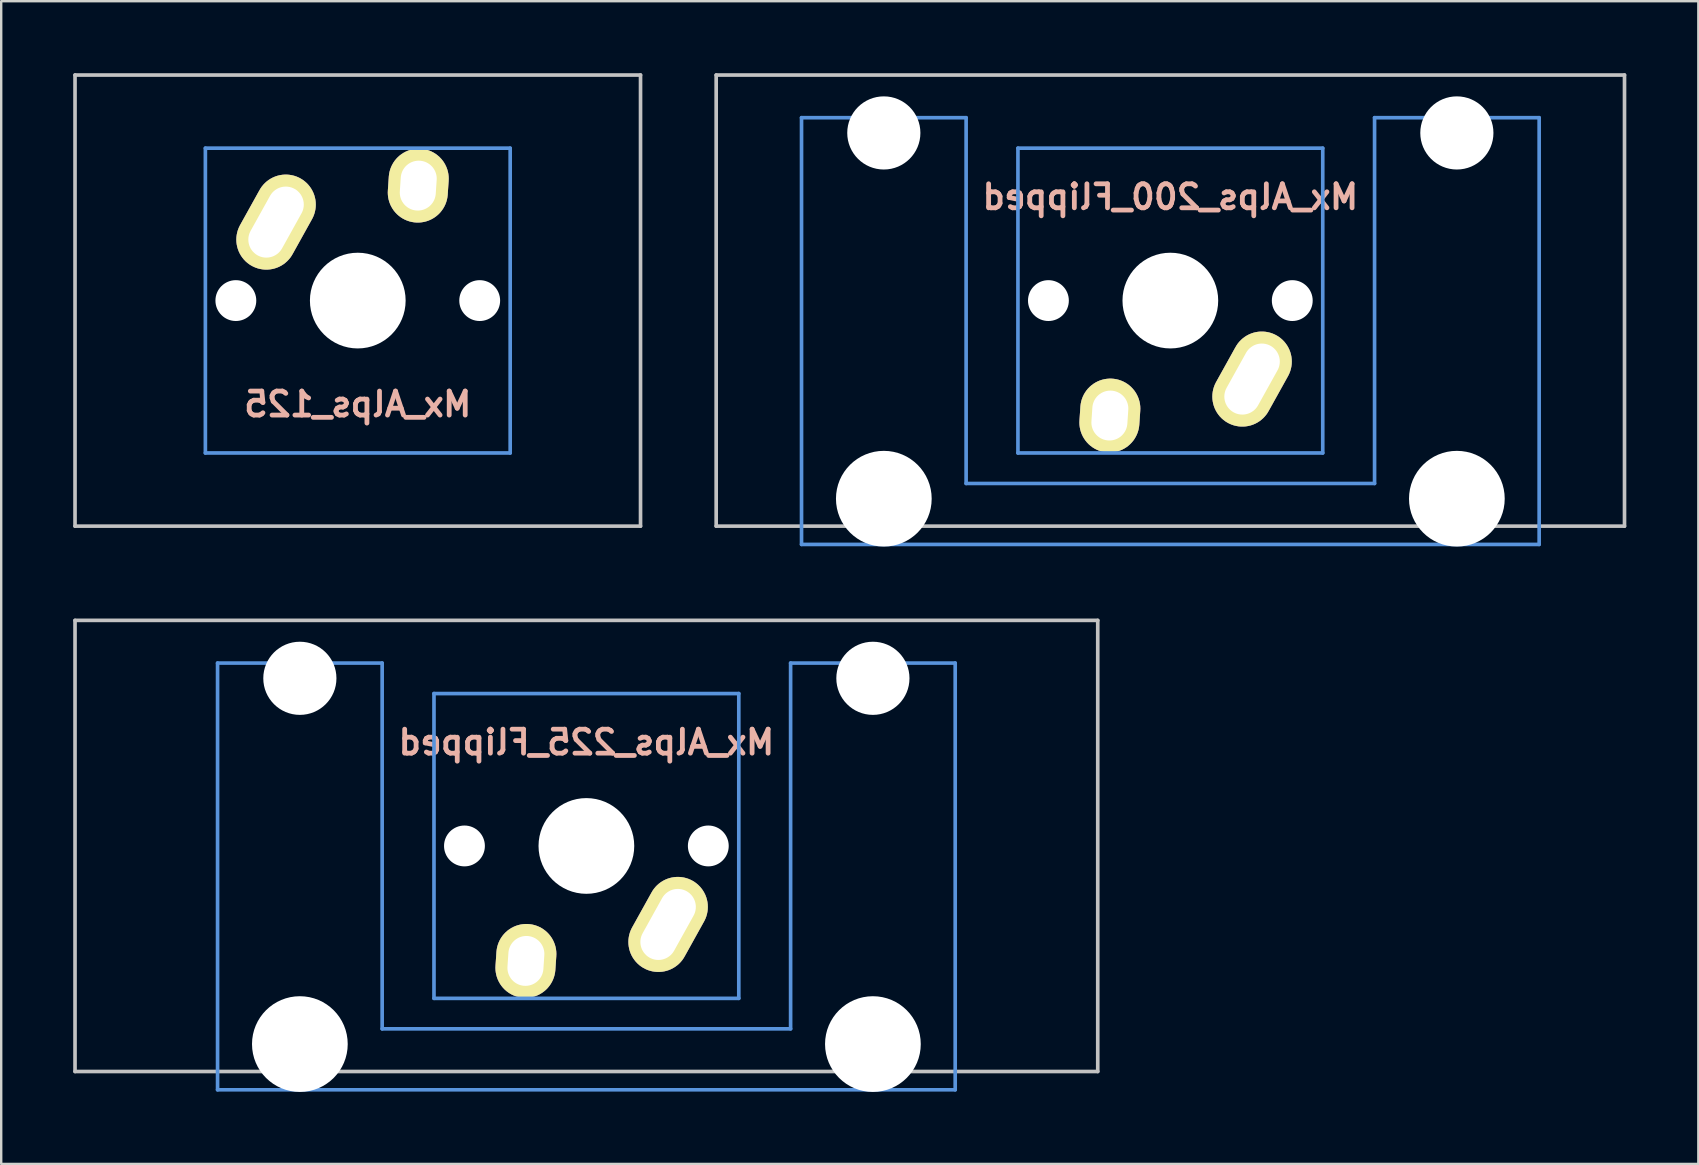
<source format=kicad_pcb>
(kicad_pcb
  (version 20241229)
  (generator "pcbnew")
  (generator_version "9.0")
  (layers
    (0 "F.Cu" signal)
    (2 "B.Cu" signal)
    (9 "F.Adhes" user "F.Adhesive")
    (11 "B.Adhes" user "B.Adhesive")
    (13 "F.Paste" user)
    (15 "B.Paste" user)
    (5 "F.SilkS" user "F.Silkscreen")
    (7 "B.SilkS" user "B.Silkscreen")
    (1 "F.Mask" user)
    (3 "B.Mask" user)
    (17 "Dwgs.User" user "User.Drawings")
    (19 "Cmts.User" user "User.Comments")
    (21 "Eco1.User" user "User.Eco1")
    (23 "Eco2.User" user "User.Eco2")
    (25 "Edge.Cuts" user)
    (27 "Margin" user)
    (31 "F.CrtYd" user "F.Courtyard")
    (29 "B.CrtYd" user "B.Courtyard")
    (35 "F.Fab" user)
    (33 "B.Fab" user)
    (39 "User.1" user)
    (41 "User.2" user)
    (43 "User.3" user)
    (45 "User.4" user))
  (footprint "Mx_Alps_225_Flipped"
    (layer "F.Cu")
    (at 21.382 32.197)
    (property "Reference" "Mx_Alps_225_Flipped" (at 0 -4.318 0) (layer "B.SilkS") (effects (font (size 1 1) (thickness 0.2)) (justify mirror)))
    (attr through_hole)
    (fp_line (start -21.306 -9.398) (end 21.306 -9.398) (stroke (width 0.152) (type solid)) (layer "Dwgs.User"))
    (fp_line (start -21.306 9.398) (end -21.306 -9.398) (stroke (width 0.152) (type solid)) (layer "Dwgs.User"))
    (fp_line (start 21.306 -9.398) (end 21.306 9.398) (stroke (width 0.152) (type solid)) (layer "Dwgs.User"))
    (fp_line (start 21.306 9.398) (end -21.306 9.398) (stroke (width 0.152) (type solid)) (layer "Dwgs.User"))
    (fp_line (start -15.367 -7.62) (end -15.367 10.16) (stroke (width 0.152) (type solid)) (layer "Cmts.User"))
    (fp_line (start -15.367 10.16) (end 15.367 10.16) (stroke (width 0.152) (type solid)) (layer "Cmts.User"))
    (fp_line (start -8.509 -7.62) (end -15.367 -7.62) (stroke (width 0.152) (type solid)) (layer "Cmts.User"))
    (fp_line (start -8.509 7.62) (end -8.509 -7.62) (stroke (width 0.152) (type solid)) (layer "Cmts.User"))
    (fp_line (start -6.35 -6.35) (end 6.35 -6.35) (stroke (width 0.152) (type solid)) (layer "Cmts.User"))
    (fp_line (start -6.35 6.35) (end -6.35 -6.35) (stroke (width 0.152) (type solid)) (layer "Cmts.User"))
    (fp_line (start 6.35 -6.35) (end 6.35 6.35) (stroke (width 0.152) (type solid)) (layer "Cmts.User"))
    (fp_line (start 6.35 6.35) (end -6.35 6.35) (stroke (width 0.152) (type solid)) (layer "Cmts.User"))
    (fp_line (start 8.509 -7.62) (end 8.509 7.62) (stroke (width 0.152) (type solid)) (layer "Cmts.User"))
    (fp_line (start 8.509 7.62) (end -8.509 7.62) (stroke (width 0.152) (type solid)) (layer "Cmts.User"))
    (fp_line (start 15.367 -7.62) (end 8.509 -7.62) (stroke (width 0.152) (type solid)) (layer "Cmts.User"))
    (fp_line (start 15.367 10.16) (end 15.367 -7.62) (stroke (width 0.152) (type solid)) (layer "Cmts.User"))
    (fp_line (start -16.129 -2.286) (end -15.265 -2.286) (stroke (width 0.152) (type solid)) (layer "Eco2.User"))
    (fp_line (start -16.129 0.508) (end -16.129 -2.286) (stroke (width 0.152) (type solid)) (layer "Eco2.User"))
    (fp_line (start -15.265 -5.69) (end -8.611 -5.69) (stroke (width 0.152) (type solid)) (layer "Eco2.User"))
    (fp_line (start -15.265 -2.286) (end -15.265 -5.69) (stroke (width 0.152) (type solid)) (layer "Eco2.User"))
    (fp_line (start -15.265 0.508) (end -16.129 0.508) (stroke (width 0.152) (type solid)) (layer "Eco2.User"))
    (fp_line (start -15.265 6.604) (end -15.265 0.508) (stroke (width 0.152) (type solid)) (layer "Eco2.User"))
    (fp_line (start -14.224 6.604) (end -15.265 6.604) (stroke (width 0.152) (type solid)) (layer "Eco2.User"))
    (fp_line (start -14.224 7.772) (end -14.224 6.604) (stroke (width 0.152) (type solid)) (layer "Eco2.User"))
    (fp_line (start -9.652 6.604) (end -9.652 7.772) (stroke (width 0.152) (type solid)) (layer "Eco2.User"))
    (fp_line (start -9.652 7.772) (end -14.224 7.772) (stroke (width 0.152) (type solid)) (layer "Eco2.User"))
    (fp_line (start -8.611 -5.69) (end -8.611 -4.877) (stroke (width 0.152) (type solid)) (layer "Eco2.User"))
    (fp_line (start -8.611 -4.877) (end -6.985 -4.877) (stroke (width 0.152) (type solid)) (layer "Eco2.User"))
    (fp_line (start -8.611 5.817) (end -8.611 6.604) (stroke (width 0.152) (type solid)) (layer "Eco2.User"))
    (fp_line (start -8.611 6.604) (end -9.652 6.604) (stroke (width 0.152) (type solid)) (layer "Eco2.User"))
    (fp_line (start -6.985 -6.985) (end 6.985 -6.985) (stroke (width 0.152) (type solid)) (layer "Eco2.User"))
    (fp_line (start -6.985 -4.877) (end -6.985 -6.985) (stroke (width 0.152) (type solid)) (layer "Eco2.User"))
    (fp_line (start -6.985 5.817) (end -8.611 5.817) (stroke (width 0.152) (type solid)) (layer "Eco2.User"))
    (fp_line (start -6.985 6.985) (end -6.985 5.817) (stroke (width 0.152) (type solid)) (layer "Eco2.User"))
    (fp_line (start 6.985 -6.985) (end 6.985 -4.877) (stroke (width 0.152) (type solid)) (layer "Eco2.User"))
    (fp_line (start 6.985 -4.877) (end 8.611 -4.877) (stroke (width 0.152) (type solid)) (layer "Eco2.User"))
    (fp_line (start 6.985 5.817) (end 6.985 6.985) (stroke (width 0.152) (type solid)) (layer "Eco2.User"))
    (fp_line (start 6.985 6.985) (end -6.985 6.985) (stroke (width 0.152) (type solid)) (layer "Eco2.User"))
    (fp_line (start 8.611 -5.69) (end 15.265 -5.69) (stroke (width 0.152) (type solid)) (layer "Eco2.User"))
    (fp_line (start 8.611 -4.877) (end 8.611 -5.69) (stroke (width 0.152) (type solid)) (layer "Eco2.User"))
    (fp_line (start 8.611 5.817) (end 6.985 5.817) (stroke (width 0.152) (type solid)) (layer "Eco2.User"))
    (fp_line (start 8.611 6.604) (end 8.611 5.817) (stroke (width 0.152) (type solid)) (layer "Eco2.User"))
    (fp_line (start 9.652 6.604) (end 8.611 6.604) (stroke (width 0.152) (type solid)) (layer "Eco2.User"))
    (fp_line (start 9.652 7.772) (end 9.652 6.604) (stroke (width 0.152) (type solid)) (layer "Eco2.User"))
    (fp_line (start 14.224 6.604) (end 14.224 7.772) (stroke (width 0.152) (type solid)) (layer "Eco2.User"))
    (fp_line (start 14.224 7.772) (end 9.652 7.772) (stroke (width 0.152) (type solid)) (layer "Eco2.User"))
    (fp_line (start 15.265 -5.69) (end 15.265 -2.286) (stroke (width 0.152) (type solid)) (layer "Eco2.User"))
    (fp_line (start 15.265 -2.286) (end 16.129 -2.286) (stroke (width 0.152) (type solid)) (layer "Eco2.User"))
    (fp_line (start 15.265 0.508) (end 15.265 6.604) (stroke (width 0.152) (type solid)) (layer "Eco2.User"))
    (fp_line (start 15.265 6.604) (end 14.224 6.604) (stroke (width 0.152) (type solid)) (layer "Eco2.User"))
    (fp_line (start 16.129 -2.286) (end 16.129 0.508) (stroke (width 0.152) (type solid)) (layer "Eco2.User"))
    (fp_line (start 16.129 0.508) (end 15.265 0.508) (stroke (width 0.152) (type solid)) (layer "Eco2.User"))
    (pad "" np_thru_hole circle (at -11.938 -6.985) (size 3.048 3.048) (drill 3.048) (layers "*.Cu"))
    (pad "" np_thru_hole circle (at -11.938 8.255) (size 3.988 3.988) (drill 3.988) (layers "*.Cu"))
    (pad "" np_thru_hole circle (at -5.08 0 180) (size 1.702 1.702) (drill 1.702) (layers "*.Cu"))
    (pad "" np_thru_hole circle (at 0 0 180) (size 3.988 3.988) (drill 3.988) (layers "*.Cu"))
    (pad "" np_thru_hole circle (at 5.08 0 180) (size 1.702 1.702) (drill 1.702) (layers "*.Cu"))
    (pad "" np_thru_hole circle (at 11.938 -6.985) (size 3.048 3.048) (drill 3.048) (layers "*.Cu"))
    (pad "" np_thru_hole circle (at 11.938 8.255) (size 3.988 3.988) (drill 3.988) (layers "*.Cu"))
    (pad "1" thru_hole oval (at 3.405 3.27 150.95) (size 2.5 4.17) (drill oval 1.5 3.17) (layers "*.Cu" "*.Mask" "F.SilkS"))
    (pad "2" thru_hole oval (at -2.52 4.79 176.1) (size 2.5 3.08) (drill oval 1.5 2.08) (layers "*.Cu" "*.Mask" "F.SilkS")))
  (footprint "Mx_Alps_200_Flipped"
    (layer "F.Cu")
    (at 45.713 9.474)
    (property "Reference" "Mx_Alps_200_Flipped" (at 0 -4.318 0) (layer "B.SilkS") (effects (font (size 1 1) (thickness 0.2)) (justify mirror)))
    (attr through_hole)
    (fp_line (start -18.923 -9.398) (end 18.923 -9.398) (stroke (width 0.152) (type solid)) (layer "Dwgs.User"))
    (fp_line (start -18.923 9.398) (end -18.923 -9.398) (stroke (width 0.152) (type solid)) (layer "Dwgs.User"))
    (fp_line (start 18.923 -9.398) (end 18.923 9.398) (stroke (width 0.152) (type solid)) (layer "Dwgs.User"))
    (fp_line (start 18.923 9.398) (end -18.923 9.398) (stroke (width 0.152) (type solid)) (layer "Dwgs.User"))
    (fp_line (start -15.367 -7.62) (end -15.367 10.16) (stroke (width 0.152) (type solid)) (layer "Cmts.User"))
    (fp_line (start -15.367 10.16) (end 15.367 10.16) (stroke (width 0.152) (type solid)) (layer "Cmts.User"))
    (fp_line (start -8.509 -7.62) (end -15.367 -7.62) (stroke (width 0.152) (type solid)) (layer "Cmts.User"))
    (fp_line (start -8.509 7.62) (end -8.509 -7.62) (stroke (width 0.152) (type solid)) (layer "Cmts.User"))
    (fp_line (start -6.35 -6.35) (end 6.35 -6.35) (stroke (width 0.152) (type solid)) (layer "Cmts.User"))
    (fp_line (start -6.35 6.35) (end -6.35 -6.35) (stroke (width 0.152) (type solid)) (layer "Cmts.User"))
    (fp_line (start 6.35 -6.35) (end 6.35 6.35) (stroke (width 0.152) (type solid)) (layer "Cmts.User"))
    (fp_line (start 6.35 6.35) (end -6.35 6.35) (stroke (width 0.152) (type solid)) (layer "Cmts.User"))
    (fp_line (start 8.509 -7.62) (end 8.509 7.62) (stroke (width 0.152) (type solid)) (layer "Cmts.User"))
    (fp_line (start 8.509 7.62) (end -8.509 7.62) (stroke (width 0.152) (type solid)) (layer "Cmts.User"))
    (fp_line (start 15.367 -7.62) (end 8.509 -7.62) (stroke (width 0.152) (type solid)) (layer "Cmts.User"))
    (fp_line (start 15.367 10.16) (end 15.367 -7.62) (stroke (width 0.152) (type solid)) (layer "Cmts.User"))
    (fp_line (start -16.129 -2.286) (end -15.265 -2.286) (stroke (width 0.152) (type solid)) (layer "Eco2.User"))
    (fp_line (start -16.129 0.508) (end -16.129 -2.286) (stroke (width 0.152) (type solid)) (layer "Eco2.User"))
    (fp_line (start -15.265 -5.69) (end -8.611 -5.69) (stroke (width 0.152) (type solid)) (layer "Eco2.User"))
    (fp_line (start -15.265 -2.286) (end -15.265 -5.69) (stroke (width 0.152) (type solid)) (layer "Eco2.User"))
    (fp_line (start -15.265 0.508) (end -16.129 0.508) (stroke (width 0.152) (type solid)) (layer "Eco2.User"))
    (fp_line (start -15.265 6.604) (end -15.265 0.508) (stroke (width 0.152) (type solid)) (layer "Eco2.User"))
    (fp_line (start -14.224 6.604) (end -15.265 6.604) (stroke (width 0.152) (type solid)) (layer "Eco2.User"))
    (fp_line (start -14.224 7.772) (end -14.224 6.604) (stroke (width 0.152) (type solid)) (layer "Eco2.User"))
    (fp_line (start -9.652 6.604) (end -9.652 7.772) (stroke (width 0.152) (type solid)) (layer "Eco2.User"))
    (fp_line (start -9.652 7.772) (end -14.224 7.772) (stroke (width 0.152) (type solid)) (layer "Eco2.User"))
    (fp_line (start -8.611 -5.69) (end -8.611 -4.877) (stroke (width 0.152) (type solid)) (layer "Eco2.User"))
    (fp_line (start -8.611 -4.877) (end -6.985 -4.877) (stroke (width 0.152) (type solid)) (layer "Eco2.User"))
    (fp_line (start -8.611 5.817) (end -8.611 6.604) (stroke (width 0.152) (type solid)) (layer "Eco2.User"))
    (fp_line (start -8.611 6.604) (end -9.652 6.604) (stroke (width 0.152) (type solid)) (layer "Eco2.User"))
    (fp_line (start -6.985 -6.985) (end 6.985 -6.985) (stroke (width 0.152) (type solid)) (layer "Eco2.User"))
    (fp_line (start -6.985 -4.877) (end -6.985 -6.985) (stroke (width 0.152) (type solid)) (layer "Eco2.User"))
    (fp_line (start -6.985 5.817) (end -8.611 5.817) (stroke (width 0.152) (type solid)) (layer "Eco2.User"))
    (fp_line (start -6.985 6.985) (end -6.985 5.817) (stroke (width 0.152) (type solid)) (layer "Eco2.User"))
    (fp_line (start 6.985 -6.985) (end 6.985 -4.877) (stroke (width 0.152) (type solid)) (layer "Eco2.User"))
    (fp_line (start 6.985 -4.877) (end 8.611 -4.877) (stroke (width 0.152) (type solid)) (layer "Eco2.User"))
    (fp_line (start 6.985 5.817) (end 6.985 6.985) (stroke (width 0.152) (type solid)) (layer "Eco2.User"))
    (fp_line (start 6.985 6.985) (end -6.985 6.985) (stroke (width 0.152) (type solid)) (layer "Eco2.User"))
    (fp_line (start 8.611 -5.69) (end 15.265 -5.69) (stroke (width 0.152) (type solid)) (layer "Eco2.User"))
    (fp_line (start 8.611 -4.877) (end 8.611 -5.69) (stroke (width 0.152) (type solid)) (layer "Eco2.User"))
    (fp_line (start 8.611 5.817) (end 6.985 5.817) (stroke (width 0.152) (type solid)) (layer "Eco2.User"))
    (fp_line (start 8.611 6.604) (end 8.611 5.817) (stroke (width 0.152) (type solid)) (layer "Eco2.User"))
    (fp_line (start 9.652 6.604) (end 8.611 6.604) (stroke (width 0.152) (type solid)) (layer "Eco2.User"))
    (fp_line (start 9.652 7.772) (end 9.652 6.604) (stroke (width 0.152) (type solid)) (layer "Eco2.User"))
    (fp_line (start 14.224 6.604) (end 14.224 7.772) (stroke (width 0.152) (type solid)) (layer "Eco2.User"))
    (fp_line (start 14.224 7.772) (end 9.652 7.772) (stroke (width 0.152) (type solid)) (layer "Eco2.User"))
    (fp_line (start 15.265 -5.69) (end 15.265 -2.286) (stroke (width 0.152) (type solid)) (layer "Eco2.User"))
    (fp_line (start 15.265 -2.286) (end 16.129 -2.286) (stroke (width 0.152) (type solid)) (layer "Eco2.User"))
    (fp_line (start 15.265 0.508) (end 15.265 6.604) (stroke (width 0.152) (type solid)) (layer "Eco2.User"))
    (fp_line (start 15.265 6.604) (end 14.224 6.604) (stroke (width 0.152) (type solid)) (layer "Eco2.User"))
    (fp_line (start 16.129 -2.286) (end 16.129 0.508) (stroke (width 0.152) (type solid)) (layer "Eco2.User"))
    (fp_line (start 16.129 0.508) (end 15.265 0.508) (stroke (width 0.152) (type solid)) (layer "Eco2.User"))
    (pad "" np_thru_hole circle (at -11.938 -6.985) (size 3.048 3.048) (drill 3.048) (layers "*.Cu"))
    (pad "" np_thru_hole circle (at -11.938 8.255) (size 3.988 3.988) (drill 3.988) (layers "*.Cu"))
    (pad "" np_thru_hole circle (at -5.08 0 180) (size 1.702 1.702) (drill 1.702) (layers "*.Cu"))
    (pad "" np_thru_hole circle (at 0 0 180) (size 3.988 3.988) (drill 3.988) (layers "*.Cu"))
    (pad "" np_thru_hole circle (at 5.08 0 180) (size 1.702 1.702) (drill 1.702) (layers "*.Cu"))
    (pad "" np_thru_hole circle (at 11.938 -6.985) (size 3.048 3.048) (drill 3.048) (layers "*.Cu"))
    (pad "" np_thru_hole circle (at 11.938 8.255) (size 3.988 3.988) (drill 3.988) (layers "*.Cu"))
    (pad "1" thru_hole oval (at 3.405 3.27 150.95) (size 2.5 4.17) (drill oval 1.5 3.17) (layers "*.Cu" "*.Mask" "F.SilkS"))
    (pad "2" thru_hole oval (at -2.52 4.79 176.1) (size 2.5 3.08) (drill oval 1.5 2.08) (layers "*.Cu" "*.Mask" "F.SilkS")))
  (footprint "Mx_Alps_125"
    (layer "F.Cu")
    (at 11.857 9.474)
    (property "Reference" "Mx_Alps_125" (at 0 4.318 0) (layer "B.SilkS") (effects (font (size 1 1) (thickness 0.2)) (justify mirror)))
    (attr through_hole)
    (fp_line (start -11.781 -9.398) (end 11.781 -9.398) (stroke (width 0.152) (type solid)) (layer "Dwgs.User"))
    (fp_line (start -11.781 9.398) (end -11.781 -9.398) (stroke (width 0.152) (type solid)) (layer "Dwgs.User"))
    (fp_line (start 11.781 -9.398) (end 11.781 9.398) (stroke (width 0.152) (type solid)) (layer "Dwgs.User"))
    (fp_line (start 11.781 9.398) (end -11.781 9.398) (stroke (width 0.152) (type solid)) (layer "Dwgs.User"))
    (fp_line (start -6.35 -6.35) (end 6.35 -6.35) (stroke (width 0.152) (type solid)) (layer "Cmts.User"))
    (fp_line (start -6.35 6.35) (end -6.35 -6.35) (stroke (width 0.152) (type solid)) (layer "Cmts.User"))
    (fp_line (start 6.35 -6.35) (end 6.35 6.35) (stroke (width 0.152) (type solid)) (layer "Cmts.User"))
    (fp_line (start 6.35 6.35) (end -6.35 6.35) (stroke (width 0.152) (type solid)) (layer "Cmts.User"))
    (fp_line (start -6.985 -6.985) (end 6.985 -6.985) (stroke (width 0.152) (type solid)) (layer "Eco2.User"))
    (fp_line (start -6.985 6.985) (end -6.985 -6.985) (stroke (width 0.152) (type solid)) (layer "Eco2.User"))
    (fp_line (start 6.985 -6.985) (end 6.985 6.985) (stroke (width 0.152) (type solid)) (layer "Eco2.User"))
    (fp_line (start 6.985 6.985) (end -6.985 6.985) (stroke (width 0.152) (type solid)) (layer "Eco2.User"))
    (pad "" np_thru_hole circle (at -5.08 0) (size 1.702 1.702) (drill 1.702) (layers "*.Cu"))
    (pad "" np_thru_hole circle (at 0 0) (size 3.988 3.988) (drill 3.988) (layers "*.Cu"))
    (pad "" np_thru_hole circle (at 5.08 0) (size 1.702 1.702) (drill 1.702) (layers "*.Cu"))
    (pad "1" thru_hole oval (at -3.405 -3.27 330.95) (size 2.5 4.17) (drill oval 1.5 3.17) (layers "*.Cu" "*.Mask" "F.SilkS"))
    (pad "2" thru_hole oval (at 2.52 -4.79 356.1) (size 2.5 3.08) (drill oval 1.5 2.08) (layers "*.Cu" "*.Mask" "F.SilkS")))
  (gr_rect
    (start -3 -3)
    (end 67.712 45.446)
    (stroke (width 0.1) (type default))
    (fill no)
    (layer "Edge.Cuts")))
</source>
